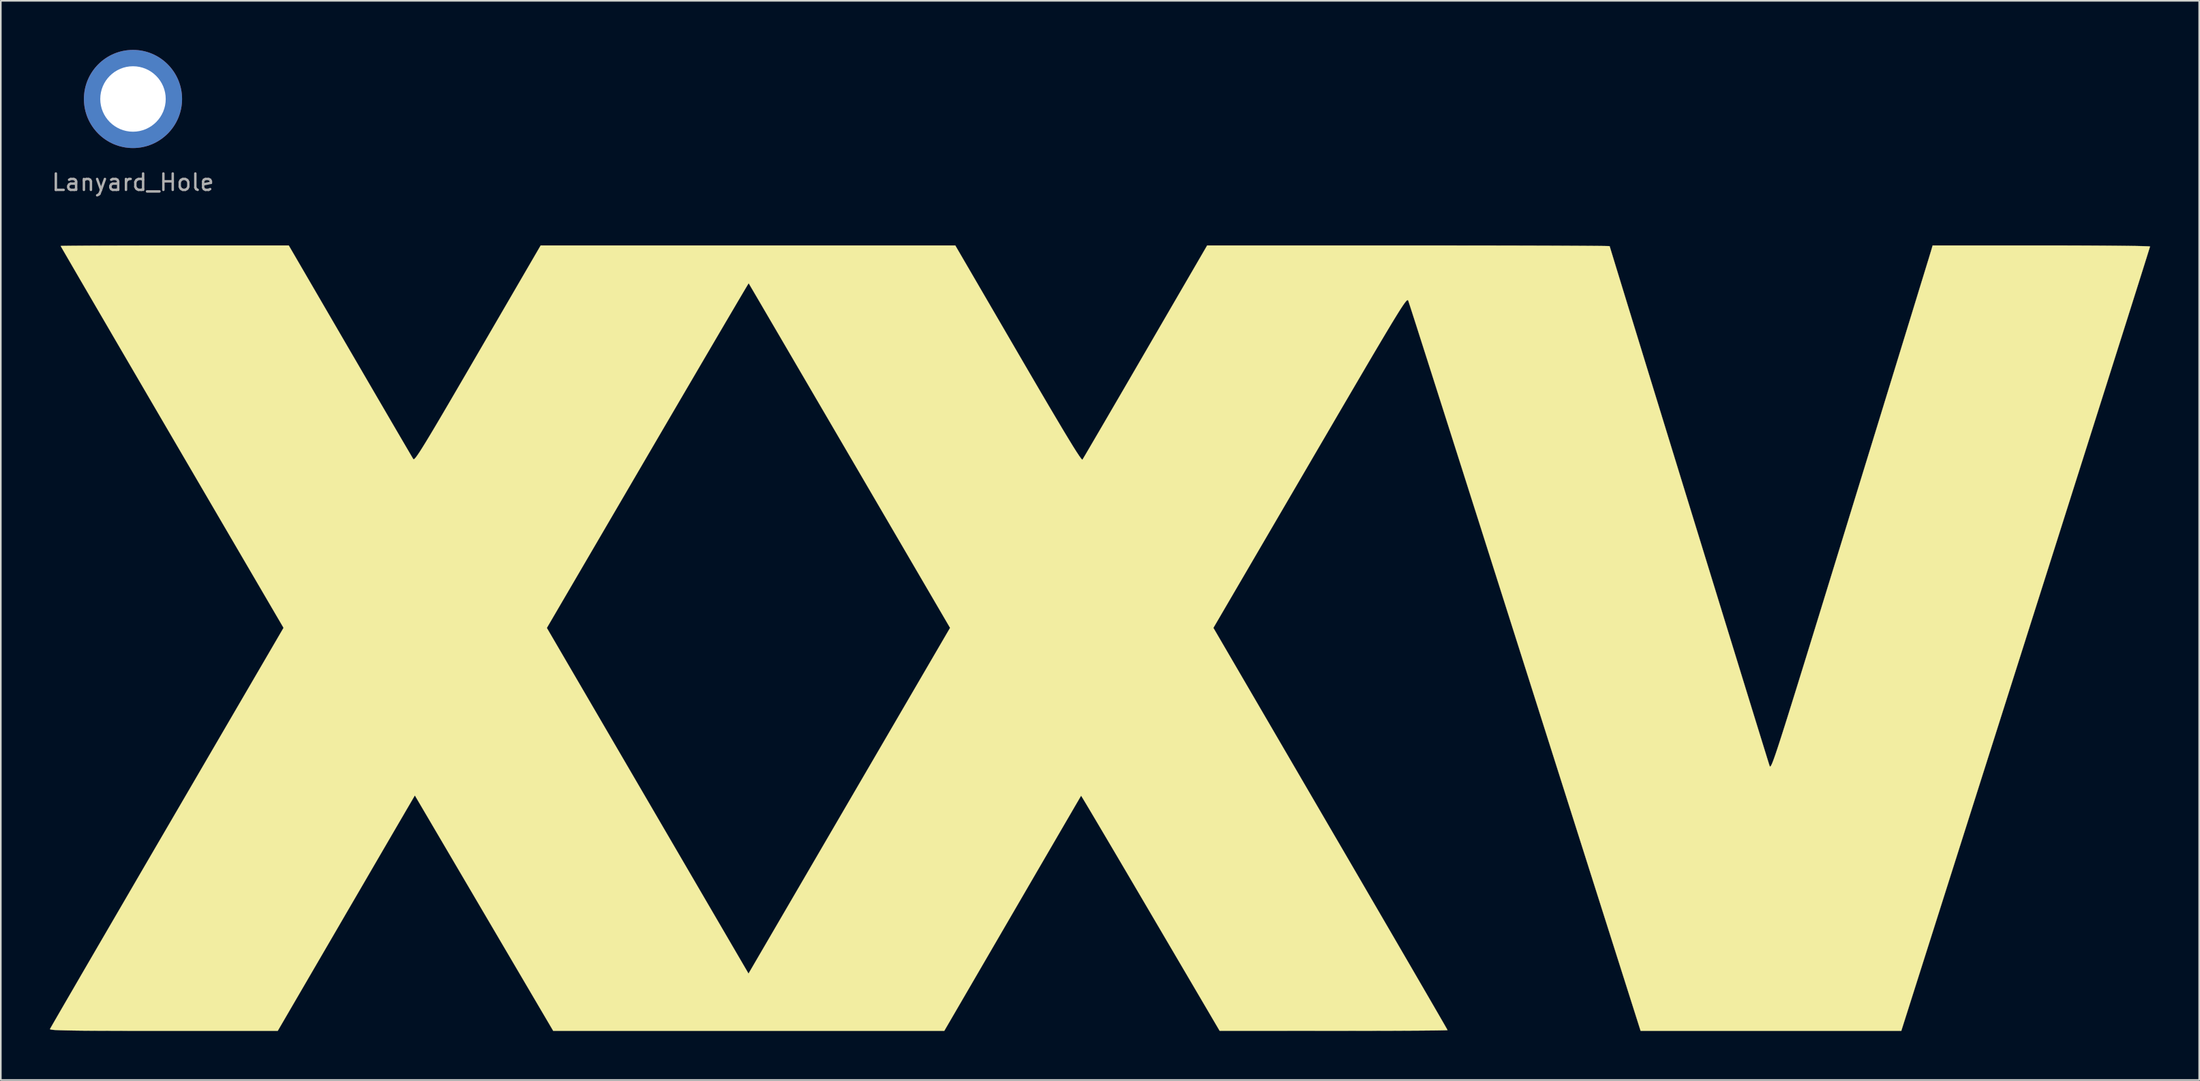
<source format=kicad_pcb>
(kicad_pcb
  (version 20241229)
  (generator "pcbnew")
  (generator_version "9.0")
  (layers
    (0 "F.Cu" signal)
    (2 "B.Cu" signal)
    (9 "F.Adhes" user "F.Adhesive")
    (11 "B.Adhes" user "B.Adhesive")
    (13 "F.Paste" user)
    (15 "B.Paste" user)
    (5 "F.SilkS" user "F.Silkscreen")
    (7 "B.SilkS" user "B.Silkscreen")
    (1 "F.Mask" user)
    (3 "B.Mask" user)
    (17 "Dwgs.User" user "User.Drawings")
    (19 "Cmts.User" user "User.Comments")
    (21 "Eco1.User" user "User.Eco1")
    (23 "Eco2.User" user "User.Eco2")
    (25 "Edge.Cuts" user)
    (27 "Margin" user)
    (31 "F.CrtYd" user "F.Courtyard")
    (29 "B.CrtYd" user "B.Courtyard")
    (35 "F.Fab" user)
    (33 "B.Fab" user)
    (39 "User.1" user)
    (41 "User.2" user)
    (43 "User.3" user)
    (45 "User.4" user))
  (footprint "Lanyard_Hole"
    (layer "F.Cu")
    (at 5.077 3)
    (property "Reference" "Lanyard_Hole" (at 0 5.1 0) (layer "F.Fab") (effects (font (size 1 1) (thickness 0.15))))
    (attr through_hole)
    (pad "" thru_hole circle (at 0 0) (size 6 6) (drill 4) (layers "*.Cu" "*.Mask")))
  (footprint "XXV_logo"
    (layer "F.Cu")
    (at 64.158 35.914)
    (property "Reference" "XXV_logo" (at 0 0 0) (layer "F.SilkS") (effects (font (size 1.524 1.524) (thickness 0.3))))
    (attr through_hole)
    (fp_poly (pts (xy -45.807 -17.505) (xy -45.246 -16.543) (xy -44.709 -15.62) (xy -44.202 -14.749) (xy -43.729 -13.939) (xy -43.299 -13.201) (xy -42.917 -12.547) (xy -42.589 -11.986) (xy -42.322 -11.53) (xy -42.122 -11.189) (xy -41.995 -10.974) (xy -41.949 -10.898) (xy -41.923 -10.888) (xy -41.877 -10.916) (xy -41.808 -10.992) (xy -41.709 -11.125) (xy -41.576 -11.321) (xy -41.405 -11.59) (xy -41.189 -11.939) (xy -40.923 -12.378) (xy -40.604 -12.913) (xy -40.225 -13.554) (xy -39.782 -14.309) (xy -39.27 -15.186) (xy -38.683 -16.192) (xy -38.017 -17.337) (xy -38.007 -17.354) (xy -34.166 -23.961) (xy -8.831 -23.961) (xy -4.987 -17.357) (xy -4.285 -16.153) (xy -3.664 -15.09) (xy -3.119 -14.162) (xy -2.646 -13.363) (xy -2.244 -12.686) (xy -1.906 -12.127) (xy -1.631 -11.678) (xy -1.414 -11.334) (xy -1.251 -11.089) (xy -1.14 -10.936) (xy -1.076 -10.87) (xy -1.058 -10.87) (xy -1.004 -10.959) (xy -0.871 -11.183) (xy -0.666 -11.533) (xy -0.394 -11.998) (xy -0.062 -12.566) (xy 0.324 -13.227) (xy 0.757 -13.971) (xy 1.232 -14.786) (xy 1.742 -15.663) (xy 2.281 -16.59) (xy 2.794 -17.473) (xy 6.562 -23.96) (xy 18.86 -23.96) (xy 20.288 -23.96) (xy 21.67 -23.959) (xy 22.995 -23.958) (xy 24.254 -23.956) (xy 25.439 -23.954) (xy 26.538 -23.951) (xy 27.543 -23.948) (xy 28.445 -23.944) (xy 29.234 -23.94) (xy 29.901 -23.936) (xy 30.436 -23.932) (xy 30.83 -23.927) (xy 31.074 -23.922) (xy 31.157 -23.917) (xy 31.157 -23.917) (xy 31.182 -23.834) (xy 31.253 -23.599) (xy 31.369 -23.221) (xy 31.525 -22.709) (xy 31.72 -22.073) (xy 31.95 -21.323) (xy 32.212 -20.468) (xy 32.504 -19.517) (xy 32.823 -18.479) (xy 33.165 -17.365) (xy 33.528 -16.184) (xy 33.909 -14.945) (xy 34.305 -13.657) (xy 34.713 -12.33) (xy 35.13 -10.974) (xy 35.553 -9.598) (xy 35.98 -8.211) (xy 36.407 -6.823) (xy 36.832 -5.443) (xy 37.251 -4.081) (xy 37.662 -2.746) (xy 38.061 -1.448) (xy 38.447 -0.196) (xy 38.816 1) (xy 39.164 2.132) (xy 39.49 3.189) (xy 39.79 4.162) (xy 40.061 5.042) (xy 40.301 5.819) (xy 40.507 6.484) (xy 40.675 7.027) (xy 40.802 7.439) (xy 40.887 7.711) (xy 40.923 7.825) (xy 40.936 7.862) (xy 40.952 7.887) (xy 40.971 7.892) (xy 40.996 7.872) (xy 41.029 7.82) (xy 41.073 7.73) (xy 41.129 7.593) (xy 41.199 7.405) (xy 41.286 7.159) (xy 41.391 6.847) (xy 41.517 6.464) (xy 41.666 6.002) (xy 41.84 5.456) (xy 42.041 4.819) (xy 42.271 4.083) (xy 42.533 3.244) (xy 42.828 2.293) (xy 43.159 1.224) (xy 43.527 0.031) (xy 43.935 -1.292) (xy 44.384 -2.753) (xy 44.878 -4.358) (xy 45.418 -6.113) (xy 45.844 -7.5) (xy 46.332 -9.086) (xy 46.807 -10.631) (xy 47.268 -12.129) (xy 47.711 -13.57) (xy 48.134 -14.948) (xy 48.535 -16.252) (xy 48.911 -17.477) (xy 49.26 -18.613) (xy 49.58 -19.653) (xy 49.867 -20.588) (xy 50.119 -21.411) (xy 50.335 -22.112) (xy 50.511 -22.686) (xy 50.645 -23.122) (xy 50.734 -23.414) (xy 50.776 -23.553) (xy 50.778 -23.558) (xy 50.897 -23.961) (xy 57.537 -23.961) (xy 58.581 -23.96) (xy 59.575 -23.958) (xy 60.505 -23.954) (xy 61.359 -23.949) (xy 62.125 -23.943) (xy 62.789 -23.936) (xy 63.339 -23.928) (xy 63.761 -23.919) (xy 64.043 -23.91) (xy 64.173 -23.9) (xy 64.18 -23.897) (xy 64.155 -23.812) (xy 64.08 -23.572) (xy 63.959 -23.184) (xy 63.792 -22.652) (xy 63.582 -21.985) (xy 63.33 -21.187) (xy 63.039 -20.266) (xy 62.711 -19.228) (xy 62.347 -18.079) (xy 61.95 -16.825) (xy 61.522 -15.472) (xy 61.064 -14.027) (xy 60.579 -12.497) (xy 60.069 -10.887) (xy 59.535 -9.204) (xy 58.98 -7.453) (xy 58.406 -5.642) (xy 57.814 -3.777) (xy 57.206 -1.863) (xy 56.585 0.092) (xy 56.581 0.106) (xy 48.98 24.045) (xy 33.05 24.045) (xy 25.998 1.841) (xy 25.399 -0.043) (xy 24.813 -1.887) (xy 24.242 -3.684) (xy 23.688 -5.426) (xy 23.154 -7.108) (xy 22.64 -8.722) (xy 22.15 -10.263) (xy 21.685 -11.722) (xy 21.248 -13.095) (xy 20.84 -14.374) (xy 20.464 -15.553) (xy 20.122 -16.625) (xy 19.816 -17.583) (xy 19.548 -18.421) (xy 19.321 -19.133) (xy 19.135 -19.711) (xy 18.994 -20.149) (xy 18.899 -20.441) (xy 18.853 -20.579) (xy 18.85 -20.589) (xy 18.833 -20.615) (xy 18.808 -20.622) (xy 18.771 -20.603) (xy 18.717 -20.551) (xy 18.643 -20.459) (xy 18.543 -20.319) (xy 18.415 -20.126) (xy 18.253 -19.871) (xy 18.053 -19.548) (xy 17.811 -19.151) (xy 17.523 -18.671) (xy 17.185 -18.103) (xy 16.792 -17.439) (xy 16.34 -16.672) (xy 15.826 -15.795) (xy 15.244 -14.801) (xy 14.59 -13.684) (xy 13.861 -12.435) (xy 13.051 -11.05) (xy 12.848 -10.701) (xy 6.942 -0.586) (xy 14.096 11.687) (xy 14.871 13.015) (xy 15.622 14.304) (xy 16.345 15.546) (xy 17.036 16.733) (xy 17.691 17.858) (xy 18.304 18.912) (xy 18.872 19.889) (xy 19.39 20.781) (xy 19.854 21.58) (xy 20.259 22.279) (xy 20.602 22.87) (xy 20.876 23.345) (xy 21.079 23.697) (xy 21.205 23.919) (xy 21.251 24.002) (xy 21.251 24.002) (xy 21.169 24.009) (xy 20.929 24.015) (xy 20.546 24.021) (xy 20.03 24.026) (xy 19.395 24.031) (xy 18.653 24.035) (xy 17.817 24.039) (xy 16.899 24.041) (xy 15.912 24.043) (xy 14.868 24.044) (xy 14.287 24.044) (xy 7.324 24.042) (xy 3.099 16.845) (xy 2.505 15.834) (xy 1.936 14.866) (xy 1.397 13.95) (xy 0.894 13.096) (xy 0.433 12.315) (xy 0.019 11.615) (xy -0.34 11.008) (xy -0.641 10.501) (xy -0.876 10.107) (xy -1.041 9.833) (xy -1.128 9.691) (xy -1.142 9.672) (xy -1.186 9.746) (xy -1.309 9.958) (xy -1.506 10.295) (xy -1.77 10.75) (xy -2.097 11.311) (xy -2.479 11.968) (xy -2.912 12.713) (xy -3.39 13.534) (xy -3.907 14.422) (xy -4.456 15.367) (xy -5.033 16.359) (xy -5.33 16.87) (xy -9.503 24.045) (xy -21.452 24.045) (xy -33.401 24.045) (xy -37.629 16.85) (xy -41.856 9.655) (xy -42.288 10.395) (xy -42.396 10.579) (xy -42.581 10.898) (xy -42.838 11.338) (xy -43.159 11.889) (xy -43.537 12.538) (xy -43.965 13.273) (xy -44.436 14.082) (xy -44.942 14.952) (xy -45.478 15.873) (xy -46.036 16.83) (xy -46.477 17.59) (xy -50.235 24.045) (xy -57.215 24.045) (xy -58.496 24.045) (xy -59.617 24.044) (xy -60.588 24.041) (xy -61.418 24.038) (xy -62.118 24.033) (xy -62.696 24.026) (xy -63.162 24.018) (xy -63.526 24.008) (xy -63.797 23.996) (xy -63.985 23.982) (xy -64.099 23.965) (xy -64.149 23.947) (xy -64.153 23.934) (xy -64.106 23.85) (xy -63.979 23.628) (xy -63.775 23.274) (xy -63.499 22.797) (xy -63.156 22.205) (xy -62.749 21.505) (xy -62.285 20.704) (xy -61.766 19.811) (xy -61.197 18.833) (xy -60.583 17.778) (xy -59.928 16.653) (xy -59.237 15.466) (xy -58.515 14.225) (xy -57.765 12.938) (xy -56.995 11.618) (xy -49.883 -0.583) (xy -33.791 -0.583) (xy -27.628 9.981) (xy -21.466 20.546) (xy -15.307 9.979) (xy -9.148 -0.587) (xy -15.294 -11.11) (xy -16.012 -12.338) (xy -16.706 -13.526) (xy -17.372 -14.665) (xy -18.004 -15.748) (xy -18.599 -16.765) (xy -19.151 -17.71) (xy -19.655 -18.573) (xy -20.108 -19.347) (xy -20.503 -20.023) (xy -20.836 -20.593) (xy -21.103 -21.049) (xy -21.299 -21.383) (xy -21.418 -21.586) (xy -21.457 -21.651) (xy -21.5 -21.582) (xy -21.625 -21.374) (xy -21.825 -21.036) (xy -22.096 -20.577) (xy -22.433 -20.003) (xy -22.832 -19.325) (xy -23.288 -18.548) (xy -23.795 -17.683) (xy -24.35 -16.736) (xy -24.947 -15.716) (xy -25.582 -14.632) (xy -26.25 -13.49) (xy -26.946 -12.3) (xy -27.631 -11.127) (xy -33.791 -0.583) (xy -49.883 -0.583) (xy -49.88 -0.588) (xy -56.69 -12.243) (xy -57.446 -13.537) (xy -58.178 -14.79) (xy -58.882 -15.997) (xy -59.554 -17.147) (xy -60.189 -18.235) (xy -60.781 -19.252) (xy -61.328 -20.189) (xy -61.824 -21.041) (xy -62.265 -21.797) (xy -62.646 -22.452) (xy -62.962 -22.997) (xy -63.21 -23.424) (xy -63.385 -23.726) (xy -63.481 -23.895) (xy -63.5 -23.929) (xy -63.417 -23.934) (xy -63.178 -23.939) (xy -62.794 -23.943) (xy -62.279 -23.947) (xy -61.644 -23.951) (xy -60.902 -23.954) (xy -60.066 -23.956) (xy -59.148 -23.958) (xy -58.16 -23.96) (xy -57.116 -23.961) (xy -56.532 -23.961) (xy -49.563 -23.961) (xy -45.807 -17.505)) (stroke (width 0.01) (type solid)) (fill yes) (layer "F.SilkS")))
  (gr_rect
    (start -3 -3)
    (end 131.343 62.964)
    (stroke (width 0.1) (type default))
    (fill no)
    (layer "Edge.Cuts")))
</source>
